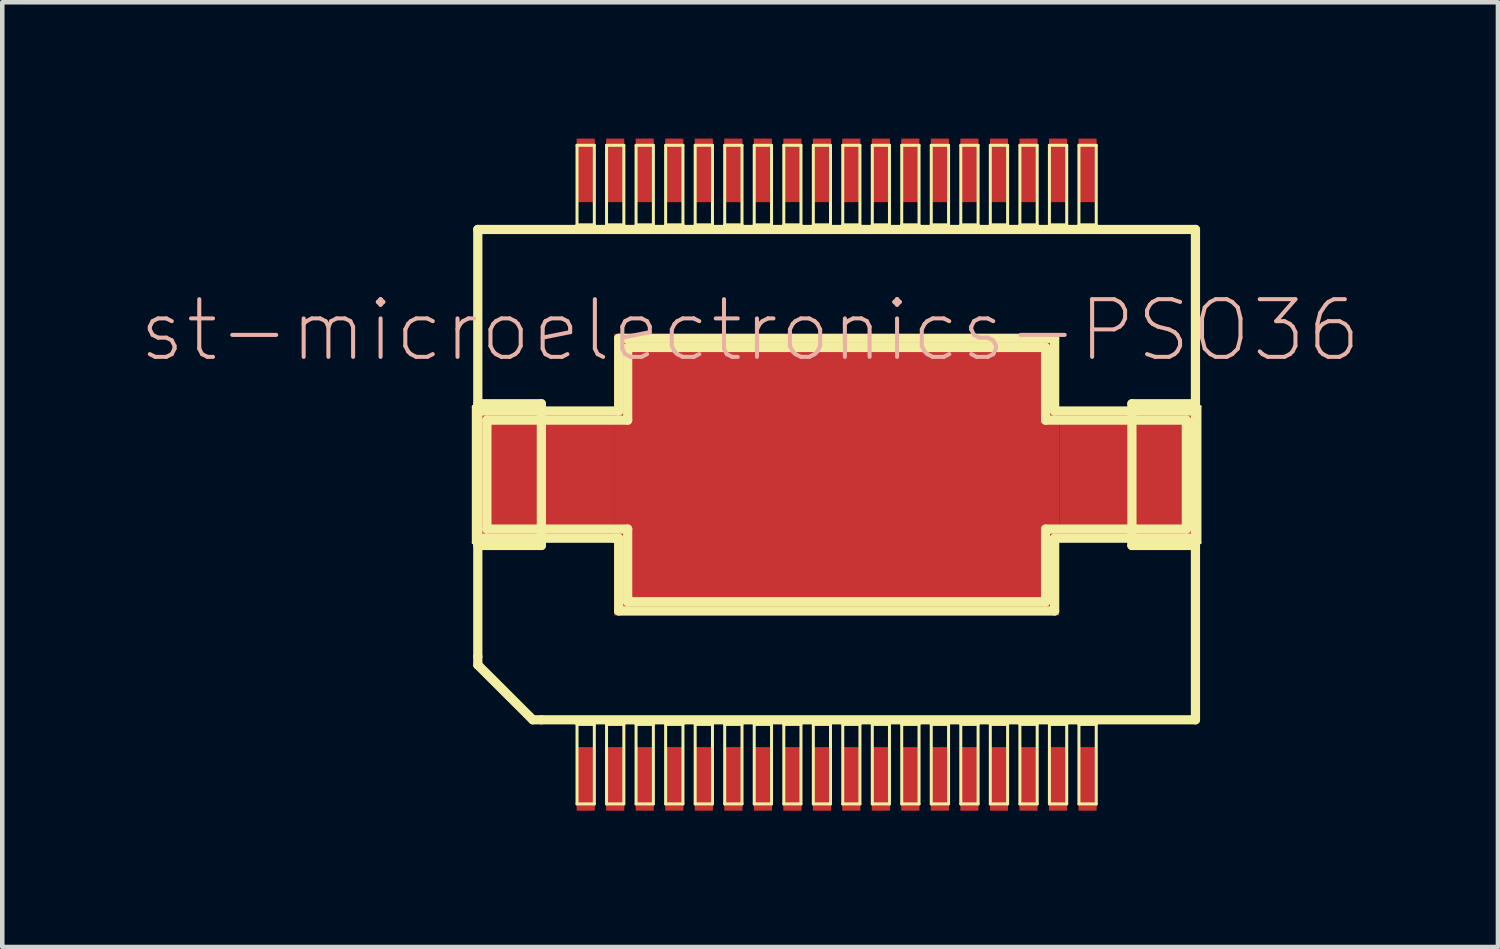
<source format=kicad_pcb>
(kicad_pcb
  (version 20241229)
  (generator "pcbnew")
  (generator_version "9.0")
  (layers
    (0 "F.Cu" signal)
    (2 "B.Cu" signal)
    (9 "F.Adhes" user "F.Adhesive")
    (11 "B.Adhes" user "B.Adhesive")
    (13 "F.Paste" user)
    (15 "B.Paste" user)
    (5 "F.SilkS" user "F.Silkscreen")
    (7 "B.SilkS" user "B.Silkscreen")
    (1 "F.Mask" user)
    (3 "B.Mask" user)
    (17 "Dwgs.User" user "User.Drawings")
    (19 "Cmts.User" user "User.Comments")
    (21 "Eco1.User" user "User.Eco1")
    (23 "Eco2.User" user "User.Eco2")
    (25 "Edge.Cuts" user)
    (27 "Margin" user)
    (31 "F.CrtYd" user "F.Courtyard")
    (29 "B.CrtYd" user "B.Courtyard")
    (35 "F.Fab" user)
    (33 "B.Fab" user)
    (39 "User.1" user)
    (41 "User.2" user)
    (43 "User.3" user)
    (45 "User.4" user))
  (footprint "st-microelectronics-PSO36"
    (layer "F.Cu")
    (at 15.367 7.398)
    (property "Reference" "st-microelectronics-PSO36" (at -1.905 -3.175 0) (layer "B.SilkS") (effects (font (size 1.27 1.27) (thickness 0.089))))
    (attr smd)
    (fp_line (start -7.998 -1.499) (end -6.5 -1.499) (stroke (width 0.066) (type solid)) (layer "F.SilkS"))
    (fp_line (start -7.998 1.499) (end -7.998 -1.499) (stroke (width 0.066) (type solid)) (layer "F.SilkS"))
    (fp_line (start -7.998 1.499) (end -6.5 1.499) (stroke (width 0.066) (type solid)) (layer "F.SilkS"))
    (fp_line (start -7.899 -5.397) (end 7.899 -5.397) (stroke (width 0.203) (type solid)) (layer "F.SilkS"))
    (fp_line (start -7.899 -1.56) (end -7.899 -5.397) (stroke (width 0.203) (type solid)) (layer "F.SilkS"))
    (fp_line (start -7.899 -1.4) (end -4.798 -1.4) (stroke (width 0.203) (type solid)) (layer "F.SilkS"))
    (fp_line (start -7.899 1.4) (end -7.899 -1.4) (stroke (width 0.203) (type solid)) (layer "F.SilkS"))
    (fp_line (start -7.899 1.56) (end -6.5 1.56) (stroke (width 0.203) (type solid)) (layer "F.SilkS"))
    (fp_line (start -7.899 4.008) (end -7.899 1.56) (stroke (width 0.203) (type solid)) (layer "F.SilkS"))
    (fp_line (start -7.899 4.188) (end -7.899 4.008) (stroke (width 0.203) (type solid)) (layer "F.SilkS"))
    (fp_line (start -7.699 -1.199) (end -4.6 -1.199) (stroke (width 0.203) (type solid)) (layer "F.SilkS"))
    (fp_line (start -7.699 1.199) (end -7.699 -1.199) (stroke (width 0.203) (type solid)) (layer "F.SilkS"))
    (fp_line (start -6.688 5.397) (end -7.899 4.188) (stroke (width 0.203) (type solid)) (layer "F.SilkS"))
    (fp_line (start -6.5 -1.56) (end -7.899 -1.56) (stroke (width 0.203) (type solid)) (layer "F.SilkS"))
    (fp_line (start -6.5 1.499) (end -6.5 -1.499) (stroke (width 0.066) (type solid)) (layer "F.SilkS"))
    (fp_line (start -6.5 1.56) (end -6.5 -1.56) (stroke (width 0.203) (type solid)) (layer "F.SilkS"))
    (fp_line (start -6.5 5.397) (end -6.688 5.397) (stroke (width 0.203) (type solid)) (layer "F.SilkS"))
    (fp_line (start -5.715 -7.249) (end -5.334 -7.249) (stroke (width 0.066) (type solid)) (layer "F.SilkS"))
    (fp_line (start -5.715 -5.499) (end -5.715 -7.249) (stroke (width 0.066) (type solid)) (layer "F.SilkS"))
    (fp_line (start -5.715 -5.499) (end -5.334 -5.499) (stroke (width 0.066) (type solid)) (layer "F.SilkS"))
    (fp_line (start -5.715 5.499) (end -5.334 5.499) (stroke (width 0.066) (type solid)) (layer "F.SilkS"))
    (fp_line (start -5.715 7.249) (end -5.715 5.499) (stroke (width 0.066) (type solid)) (layer "F.SilkS"))
    (fp_line (start -5.715 7.249) (end -5.334 7.249) (stroke (width 0.066) (type solid)) (layer "F.SilkS"))
    (fp_line (start -5.334 -5.499) (end -5.334 -7.249) (stroke (width 0.066) (type solid)) (layer "F.SilkS"))
    (fp_line (start -5.334 7.249) (end -5.334 5.499) (stroke (width 0.066) (type solid)) (layer "F.SilkS"))
    (fp_line (start -5.065 -7.249) (end -4.684 -7.249) (stroke (width 0.066) (type solid)) (layer "F.SilkS"))
    (fp_line (start -5.065 -5.499) (end -5.065 -7.249) (stroke (width 0.066) (type solid)) (layer "F.SilkS"))
    (fp_line (start -5.065 -5.499) (end -4.684 -5.499) (stroke (width 0.066) (type solid)) (layer "F.SilkS"))
    (fp_line (start -5.065 5.499) (end -4.684 5.499) (stroke (width 0.066) (type solid)) (layer "F.SilkS"))
    (fp_line (start -5.065 7.249) (end -5.065 5.499) (stroke (width 0.066) (type solid)) (layer "F.SilkS"))
    (fp_line (start -5.065 7.249) (end -4.684 7.249) (stroke (width 0.066) (type solid)) (layer "F.SilkS"))
    (fp_line (start -4.9 1.4) (end -7.899 1.4) (stroke (width 0.203) (type solid)) (layer "F.SilkS"))
    (fp_line (start -4.798 -3) (end 4.798 -3) (stroke (width 0.203) (type solid)) (layer "F.SilkS"))
    (fp_line (start -4.798 -1.4) (end -4.798 -3) (stroke (width 0.203) (type solid)) (layer "F.SilkS"))
    (fp_line (start -4.798 1.4) (end -4.9 1.4) (stroke (width 0.203) (type solid)) (layer "F.SilkS"))
    (fp_line (start -4.798 3) (end -4.798 1.4) (stroke (width 0.203) (type solid)) (layer "F.SilkS"))
    (fp_line (start -4.684 -5.499) (end -4.684 -7.249) (stroke (width 0.066) (type solid)) (layer "F.SilkS"))
    (fp_line (start -4.684 7.249) (end -4.684 5.499) (stroke (width 0.066) (type solid)) (layer "F.SilkS"))
    (fp_line (start -4.6 -2.799) (end 4.6 -2.799) (stroke (width 0.203) (type solid)) (layer "F.SilkS"))
    (fp_line (start -4.6 -1.199) (end -4.6 -2.799) (stroke (width 0.203) (type solid)) (layer "F.SilkS"))
    (fp_line (start -4.6 1.199) (end -7.699 1.199) (stroke (width 0.203) (type solid)) (layer "F.SilkS"))
    (fp_line (start -4.6 2.799) (end -4.6 1.199) (stroke (width 0.203) (type solid)) (layer "F.SilkS"))
    (fp_line (start -4.415 -7.249) (end -4.034 -7.249) (stroke (width 0.066) (type solid)) (layer "F.SilkS"))
    (fp_line (start -4.415 -5.499) (end -4.415 -7.249) (stroke (width 0.066) (type solid)) (layer "F.SilkS"))
    (fp_line (start -4.415 -5.499) (end -4.034 -5.499) (stroke (width 0.066) (type solid)) (layer "F.SilkS"))
    (fp_line (start -4.415 5.499) (end -4.034 5.499) (stroke (width 0.066) (type solid)) (layer "F.SilkS"))
    (fp_line (start -4.415 7.249) (end -4.415 5.499) (stroke (width 0.066) (type solid)) (layer "F.SilkS"))
    (fp_line (start -4.415 7.249) (end -4.034 7.249) (stroke (width 0.066) (type solid)) (layer "F.SilkS"))
    (fp_line (start -4.034 -5.499) (end -4.034 -7.249) (stroke (width 0.066) (type solid)) (layer "F.SilkS"))
    (fp_line (start -4.034 7.249) (end -4.034 5.499) (stroke (width 0.066) (type solid)) (layer "F.SilkS"))
    (fp_line (start -3.764 -7.249) (end -3.383 -7.249) (stroke (width 0.066) (type solid)) (layer "F.SilkS"))
    (fp_line (start -3.764 -5.499) (end -3.764 -7.249) (stroke (width 0.066) (type solid)) (layer "F.SilkS"))
    (fp_line (start -3.764 -5.499) (end -3.383 -5.499) (stroke (width 0.066) (type solid)) (layer "F.SilkS"))
    (fp_line (start -3.764 5.499) (end -3.383 5.499) (stroke (width 0.066) (type solid)) (layer "F.SilkS"))
    (fp_line (start -3.764 7.249) (end -3.764 5.499) (stroke (width 0.066) (type solid)) (layer "F.SilkS"))
    (fp_line (start -3.764 7.249) (end -3.383 7.249) (stroke (width 0.066) (type solid)) (layer "F.SilkS"))
    (fp_line (start -3.383 -5.499) (end -3.383 -7.249) (stroke (width 0.066) (type solid)) (layer "F.SilkS"))
    (fp_line (start -3.383 7.249) (end -3.383 5.499) (stroke (width 0.066) (type solid)) (layer "F.SilkS"))
    (fp_line (start -3.114 -7.249) (end -2.733 -7.249) (stroke (width 0.066) (type solid)) (layer "F.SilkS"))
    (fp_line (start -3.114 -5.499) (end -3.114 -7.249) (stroke (width 0.066) (type solid)) (layer "F.SilkS"))
    (fp_line (start -3.114 -5.499) (end -2.733 -5.499) (stroke (width 0.066) (type solid)) (layer "F.SilkS"))
    (fp_line (start -3.114 5.499) (end -2.733 5.499) (stroke (width 0.066) (type solid)) (layer "F.SilkS"))
    (fp_line (start -3.114 7.249) (end -3.114 5.499) (stroke (width 0.066) (type solid)) (layer "F.SilkS"))
    (fp_line (start -3.114 7.249) (end -2.733 7.249) (stroke (width 0.066) (type solid)) (layer "F.SilkS"))
    (fp_line (start -2.733 -5.499) (end -2.733 -7.249) (stroke (width 0.066) (type solid)) (layer "F.SilkS"))
    (fp_line (start -2.733 7.249) (end -2.733 5.499) (stroke (width 0.066) (type solid)) (layer "F.SilkS"))
    (fp_line (start -2.464 -7.249) (end -2.083 -7.249) (stroke (width 0.066) (type solid)) (layer "F.SilkS"))
    (fp_line (start -2.464 -5.499) (end -2.464 -7.249) (stroke (width 0.066) (type solid)) (layer "F.SilkS"))
    (fp_line (start -2.464 -5.499) (end -2.083 -5.499) (stroke (width 0.066) (type solid)) (layer "F.SilkS"))
    (fp_line (start -2.464 5.499) (end -2.083 5.499) (stroke (width 0.066) (type solid)) (layer "F.SilkS"))
    (fp_line (start -2.464 7.249) (end -2.464 5.499) (stroke (width 0.066) (type solid)) (layer "F.SilkS"))
    (fp_line (start -2.464 7.249) (end -2.083 7.249) (stroke (width 0.066) (type solid)) (layer "F.SilkS"))
    (fp_line (start -2.083 -5.499) (end -2.083 -7.249) (stroke (width 0.066) (type solid)) (layer "F.SilkS"))
    (fp_line (start -2.083 7.249) (end -2.083 5.499) (stroke (width 0.066) (type solid)) (layer "F.SilkS"))
    (fp_line (start -1.814 -7.249) (end -1.433 -7.249) (stroke (width 0.066) (type solid)) (layer "F.SilkS"))
    (fp_line (start -1.814 -5.499) (end -1.814 -7.249) (stroke (width 0.066) (type solid)) (layer "F.SilkS"))
    (fp_line (start -1.814 -5.499) (end -1.433 -5.499) (stroke (width 0.066) (type solid)) (layer "F.SilkS"))
    (fp_line (start -1.814 5.499) (end -1.433 5.499) (stroke (width 0.066) (type solid)) (layer "F.SilkS"))
    (fp_line (start -1.814 7.249) (end -1.814 5.499) (stroke (width 0.066) (type solid)) (layer "F.SilkS"))
    (fp_line (start -1.814 7.249) (end -1.433 7.249) (stroke (width 0.066) (type solid)) (layer "F.SilkS"))
    (fp_line (start -1.433 -5.499) (end -1.433 -7.249) (stroke (width 0.066) (type solid)) (layer "F.SilkS"))
    (fp_line (start -1.433 7.249) (end -1.433 5.499) (stroke (width 0.066) (type solid)) (layer "F.SilkS"))
    (fp_line (start -1.163 -7.249) (end -0.785 -7.249) (stroke (width 0.066) (type solid)) (layer "F.SilkS"))
    (fp_line (start -1.163 -5.499) (end -1.163 -7.249) (stroke (width 0.066) (type solid)) (layer "F.SilkS"))
    (fp_line (start -1.163 -5.499) (end -0.785 -5.499) (stroke (width 0.066) (type solid)) (layer "F.SilkS"))
    (fp_line (start -1.163 5.499) (end -0.785 5.499) (stroke (width 0.066) (type solid)) (layer "F.SilkS"))
    (fp_line (start -1.163 7.249) (end -1.163 5.499) (stroke (width 0.066) (type solid)) (layer "F.SilkS"))
    (fp_line (start -1.163 7.249) (end -0.785 7.249) (stroke (width 0.066) (type solid)) (layer "F.SilkS"))
    (fp_line (start -0.785 -5.499) (end -0.785 -7.249) (stroke (width 0.066) (type solid)) (layer "F.SilkS"))
    (fp_line (start -0.785 7.249) (end -0.785 5.499) (stroke (width 0.066) (type solid)) (layer "F.SilkS"))
    (fp_line (start -0.513 -7.249) (end -0.135 -7.249) (stroke (width 0.066) (type solid)) (layer "F.SilkS"))
    (fp_line (start -0.513 -5.499) (end -0.513 -7.249) (stroke (width 0.066) (type solid)) (layer "F.SilkS"))
    (fp_line (start -0.513 -5.499) (end -0.135 -5.499) (stroke (width 0.066) (type solid)) (layer "F.SilkS"))
    (fp_line (start -0.513 5.499) (end -0.135 5.499) (stroke (width 0.066) (type solid)) (layer "F.SilkS"))
    (fp_line (start -0.513 7.249) (end -0.513 5.499) (stroke (width 0.066) (type solid)) (layer "F.SilkS"))
    (fp_line (start -0.513 7.249) (end -0.135 7.249) (stroke (width 0.066) (type solid)) (layer "F.SilkS"))
    (fp_line (start -0.135 -5.499) (end -0.135 -7.249) (stroke (width 0.066) (type solid)) (layer "F.SilkS"))
    (fp_line (start -0.135 7.249) (end -0.135 5.499) (stroke (width 0.066) (type solid)) (layer "F.SilkS"))
    (fp_line (start 0.135 -7.249) (end 0.513 -7.249) (stroke (width 0.066) (type solid)) (layer "F.SilkS"))
    (fp_line (start 0.135 -5.499) (end 0.135 -7.249) (stroke (width 0.066) (type solid)) (layer "F.SilkS"))
    (fp_line (start 0.135 -5.499) (end 0.513 -5.499) (stroke (width 0.066) (type solid)) (layer "F.SilkS"))
    (fp_line (start 0.135 5.499) (end 0.513 5.499) (stroke (width 0.066) (type solid)) (layer "F.SilkS"))
    (fp_line (start 0.135 7.249) (end 0.135 5.499) (stroke (width 0.066) (type solid)) (layer "F.SilkS"))
    (fp_line (start 0.135 7.249) (end 0.513 7.249) (stroke (width 0.066) (type solid)) (layer "F.SilkS"))
    (fp_line (start 0.513 -5.499) (end 0.513 -7.249) (stroke (width 0.066) (type solid)) (layer "F.SilkS"))
    (fp_line (start 0.513 7.249) (end 0.513 5.499) (stroke (width 0.066) (type solid)) (layer "F.SilkS"))
    (fp_line (start 0.785 -7.249) (end 1.163 -7.249) (stroke (width 0.066) (type solid)) (layer "F.SilkS"))
    (fp_line (start 0.785 -5.499) (end 0.785 -7.249) (stroke (width 0.066) (type solid)) (layer "F.SilkS"))
    (fp_line (start 0.785 -5.499) (end 1.163 -5.499) (stroke (width 0.066) (type solid)) (layer "F.SilkS"))
    (fp_line (start 0.785 5.499) (end 1.163 5.499) (stroke (width 0.066) (type solid)) (layer "F.SilkS"))
    (fp_line (start 0.785 7.249) (end 0.785 5.499) (stroke (width 0.066) (type solid)) (layer "F.SilkS"))
    (fp_line (start 0.785 7.249) (end 1.163 7.249) (stroke (width 0.066) (type solid)) (layer "F.SilkS"))
    (fp_line (start 1.163 -5.499) (end 1.163 -7.249) (stroke (width 0.066) (type solid)) (layer "F.SilkS"))
    (fp_line (start 1.163 7.249) (end 1.163 5.499) (stroke (width 0.066) (type solid)) (layer "F.SilkS"))
    (fp_line (start 1.433 -7.249) (end 1.814 -7.249) (stroke (width 0.066) (type solid)) (layer "F.SilkS"))
    (fp_line (start 1.433 -5.499) (end 1.433 -7.249) (stroke (width 0.066) (type solid)) (layer "F.SilkS"))
    (fp_line (start 1.433 -5.499) (end 1.814 -5.499) (stroke (width 0.066) (type solid)) (layer "F.SilkS"))
    (fp_line (start 1.433 5.499) (end 1.814 5.499) (stroke (width 0.066) (type solid)) (layer "F.SilkS"))
    (fp_line (start 1.433 7.249) (end 1.433 5.499) (stroke (width 0.066) (type solid)) (layer "F.SilkS"))
    (fp_line (start 1.433 7.249) (end 1.814 7.249) (stroke (width 0.066) (type solid)) (layer "F.SilkS"))
    (fp_line (start 1.814 -5.499) (end 1.814 -7.249) (stroke (width 0.066) (type solid)) (layer "F.SilkS"))
    (fp_line (start 1.814 7.249) (end 1.814 5.499) (stroke (width 0.066) (type solid)) (layer "F.SilkS"))
    (fp_line (start 2.083 -7.249) (end 2.464 -7.249) (stroke (width 0.066) (type solid)) (layer "F.SilkS"))
    (fp_line (start 2.083 -5.499) (end 2.083 -7.249) (stroke (width 0.066) (type solid)) (layer "F.SilkS"))
    (fp_line (start 2.083 -5.499) (end 2.464 -5.499) (stroke (width 0.066) (type solid)) (layer "F.SilkS"))
    (fp_line (start 2.083 5.499) (end 2.464 5.499) (stroke (width 0.066) (type solid)) (layer "F.SilkS"))
    (fp_line (start 2.083 7.249) (end 2.083 5.499) (stroke (width 0.066) (type solid)) (layer "F.SilkS"))
    (fp_line (start 2.083 7.249) (end 2.464 7.249) (stroke (width 0.066) (type solid)) (layer "F.SilkS"))
    (fp_line (start 2.464 -5.499) (end 2.464 -7.249) (stroke (width 0.066) (type solid)) (layer "F.SilkS"))
    (fp_line (start 2.464 7.249) (end 2.464 5.499) (stroke (width 0.066) (type solid)) (layer "F.SilkS"))
    (fp_line (start 2.733 -7.249) (end 3.114 -7.249) (stroke (width 0.066) (type solid)) (layer "F.SilkS"))
    (fp_line (start 2.733 -5.499) (end 2.733 -7.249) (stroke (width 0.066) (type solid)) (layer "F.SilkS"))
    (fp_line (start 2.733 -5.499) (end 3.114 -5.499) (stroke (width 0.066) (type solid)) (layer "F.SilkS"))
    (fp_line (start 2.733 5.499) (end 3.114 5.499) (stroke (width 0.066) (type solid)) (layer "F.SilkS"))
    (fp_line (start 2.733 7.249) (end 2.733 5.499) (stroke (width 0.066) (type solid)) (layer "F.SilkS"))
    (fp_line (start 2.733 7.249) (end 3.114 7.249) (stroke (width 0.066) (type solid)) (layer "F.SilkS"))
    (fp_line (start 3.114 -5.499) (end 3.114 -7.249) (stroke (width 0.066) (type solid)) (layer "F.SilkS"))
    (fp_line (start 3.114 7.249) (end 3.114 5.499) (stroke (width 0.066) (type solid)) (layer "F.SilkS"))
    (fp_line (start 3.383 -7.249) (end 3.764 -7.249) (stroke (width 0.066) (type solid)) (layer "F.SilkS"))
    (fp_line (start 3.383 -5.499) (end 3.383 -7.249) (stroke (width 0.066) (type solid)) (layer "F.SilkS"))
    (fp_line (start 3.383 -5.499) (end 3.764 -5.499) (stroke (width 0.066) (type solid)) (layer "F.SilkS"))
    (fp_line (start 3.383 5.499) (end 3.764 5.499) (stroke (width 0.066) (type solid)) (layer "F.SilkS"))
    (fp_line (start 3.383 7.249) (end 3.383 5.499) (stroke (width 0.066) (type solid)) (layer "F.SilkS"))
    (fp_line (start 3.383 7.249) (end 3.764 7.249) (stroke (width 0.066) (type solid)) (layer "F.SilkS"))
    (fp_line (start 3.764 -5.499) (end 3.764 -7.249) (stroke (width 0.066) (type solid)) (layer "F.SilkS"))
    (fp_line (start 3.764 7.249) (end 3.764 5.499) (stroke (width 0.066) (type solid)) (layer "F.SilkS"))
    (fp_line (start 4.034 -7.249) (end 4.415 -7.249) (stroke (width 0.066) (type solid)) (layer "F.SilkS"))
    (fp_line (start 4.034 -5.499) (end 4.034 -7.249) (stroke (width 0.066) (type solid)) (layer "F.SilkS"))
    (fp_line (start 4.034 -5.499) (end 4.415 -5.499) (stroke (width 0.066) (type solid)) (layer "F.SilkS"))
    (fp_line (start 4.034 5.499) (end 4.415 5.499) (stroke (width 0.066) (type solid)) (layer "F.SilkS"))
    (fp_line (start 4.034 7.249) (end 4.034 5.499) (stroke (width 0.066) (type solid)) (layer "F.SilkS"))
    (fp_line (start 4.034 7.249) (end 4.415 7.249) (stroke (width 0.066) (type solid)) (layer "F.SilkS"))
    (fp_line (start 4.415 -5.499) (end 4.415 -7.249) (stroke (width 0.066) (type solid)) (layer "F.SilkS"))
    (fp_line (start 4.415 7.249) (end 4.415 5.499) (stroke (width 0.066) (type solid)) (layer "F.SilkS"))
    (fp_line (start 4.6 -2.799) (end 4.6 -1.199) (stroke (width 0.203) (type solid)) (layer "F.SilkS"))
    (fp_line (start 4.6 -1.199) (end 7.699 -1.199) (stroke (width 0.203) (type solid)) (layer "F.SilkS"))
    (fp_line (start 4.6 1.199) (end 4.6 2.799) (stroke (width 0.203) (type solid)) (layer "F.SilkS"))
    (fp_line (start 4.6 2.799) (end -4.6 2.799) (stroke (width 0.203) (type solid)) (layer "F.SilkS"))
    (fp_line (start 4.684 -7.249) (end 5.065 -7.249) (stroke (width 0.066) (type solid)) (layer "F.SilkS"))
    (fp_line (start 4.684 -5.499) (end 4.684 -7.249) (stroke (width 0.066) (type solid)) (layer "F.SilkS"))
    (fp_line (start 4.684 -5.499) (end 5.065 -5.499) (stroke (width 0.066) (type solid)) (layer "F.SilkS"))
    (fp_line (start 4.684 5.499) (end 5.065 5.499) (stroke (width 0.066) (type solid)) (layer "F.SilkS"))
    (fp_line (start 4.684 7.249) (end 4.684 5.499) (stroke (width 0.066) (type solid)) (layer "F.SilkS"))
    (fp_line (start 4.684 7.249) (end 5.065 7.249) (stroke (width 0.066) (type solid)) (layer "F.SilkS"))
    (fp_line (start 4.798 -3) (end 4.798 -1.4) (stroke (width 0.203) (type solid)) (layer "F.SilkS"))
    (fp_line (start 4.798 -1.4) (end 7.899 -1.4) (stroke (width 0.203) (type solid)) (layer "F.SilkS"))
    (fp_line (start 4.798 1.4) (end 4.798 3) (stroke (width 0.203) (type solid)) (layer "F.SilkS"))
    (fp_line (start 4.798 3) (end -4.798 3) (stroke (width 0.203) (type solid)) (layer "F.SilkS"))
    (fp_line (start 5.065 -5.499) (end 5.065 -7.249) (stroke (width 0.066) (type solid)) (layer "F.SilkS"))
    (fp_line (start 5.065 7.249) (end 5.065 5.499) (stroke (width 0.066) (type solid)) (layer "F.SilkS"))
    (fp_line (start 5.334 -7.249) (end 5.715 -7.249) (stroke (width 0.066) (type solid)) (layer "F.SilkS"))
    (fp_line (start 5.334 -5.499) (end 5.334 -7.249) (stroke (width 0.066) (type solid)) (layer "F.SilkS"))
    (fp_line (start 5.334 -5.499) (end 5.715 -5.499) (stroke (width 0.066) (type solid)) (layer "F.SilkS"))
    (fp_line (start 5.334 5.499) (end 5.715 5.499) (stroke (width 0.066) (type solid)) (layer "F.SilkS"))
    (fp_line (start 5.334 7.249) (end 5.334 5.499) (stroke (width 0.066) (type solid)) (layer "F.SilkS"))
    (fp_line (start 5.334 7.249) (end 5.715 7.249) (stroke (width 0.066) (type solid)) (layer "F.SilkS"))
    (fp_line (start 5.715 -5.499) (end 5.715 -7.249) (stroke (width 0.066) (type solid)) (layer "F.SilkS"))
    (fp_line (start 5.715 7.249) (end 5.715 5.499) (stroke (width 0.066) (type solid)) (layer "F.SilkS"))
    (fp_line (start 6.5 -1.56) (end 6.5 1.56) (stroke (width 0.203) (type solid)) (layer "F.SilkS"))
    (fp_line (start 6.5 -1.499) (end 7.998 -1.499) (stroke (width 0.066) (type solid)) (layer "F.SilkS"))
    (fp_line (start 6.5 1.499) (end 6.5 -1.499) (stroke (width 0.066) (type solid)) (layer "F.SilkS"))
    (fp_line (start 6.5 1.499) (end 7.998 1.499) (stroke (width 0.066) (type solid)) (layer "F.SilkS"))
    (fp_line (start 6.5 1.56) (end 7.899 1.56) (stroke (width 0.203) (type solid)) (layer "F.SilkS"))
    (fp_line (start 7.699 -1.199) (end 7.699 1.199) (stroke (width 0.203) (type solid)) (layer "F.SilkS"))
    (fp_line (start 7.699 1.199) (end 4.6 1.199) (stroke (width 0.203) (type solid)) (layer "F.SilkS"))
    (fp_line (start 7.899 -5.397) (end 7.899 -1.56) (stroke (width 0.203) (type solid)) (layer "F.SilkS"))
    (fp_line (start 7.899 -1.56) (end 6.5 -1.56) (stroke (width 0.203) (type solid)) (layer "F.SilkS"))
    (fp_line (start 7.899 -1.4) (end 7.899 1.4) (stroke (width 0.203) (type solid)) (layer "F.SilkS"))
    (fp_line (start 7.899 1.4) (end 4.798 1.4) (stroke (width 0.203) (type solid)) (layer "F.SilkS"))
    (fp_line (start 7.899 1.56) (end 7.899 5.397) (stroke (width 0.203) (type solid)) (layer "F.SilkS"))
    (fp_line (start 7.899 5.397) (end -6.5 5.397) (stroke (width 0.203) (type solid)) (layer "F.SilkS"))
    (fp_line (start 7.998 1.499) (end 7.998 -1.499) (stroke (width 0.066) (type solid)) (layer "F.SilkS"))
    (pad "1" smd rect (at -5.524 6.698) (size 0.399 1.4) (layers "F.Cu" "F.Mask" "F.Paste"))
    (pad "2" smd rect (at -4.874 6.698) (size 0.399 1.4) (layers "F.Cu" "F.Mask" "F.Paste"))
    (pad "3" smd rect (at -4.224 6.698) (size 0.399 1.4) (layers "F.Cu" "F.Mask" "F.Paste"))
    (pad "4" smd rect (at -3.574 6.698) (size 0.399 1.4) (layers "F.Cu" "F.Mask" "F.Paste"))
    (pad "5" smd rect (at -2.924 6.698) (size 0.399 1.4) (layers "F.Cu" "F.Mask" "F.Paste"))
    (pad "6" smd rect (at -2.273 6.698) (size 0.399 1.4) (layers "F.Cu" "F.Mask" "F.Paste"))
    (pad "7" smd rect (at -1.623 6.698) (size 0.399 1.4) (layers "F.Cu" "F.Mask" "F.Paste"))
    (pad "8" smd rect (at -0.973 6.698) (size 0.399 1.4) (layers "F.Cu" "F.Mask" "F.Paste"))
    (pad "9" smd rect (at -0.323 6.698) (size 0.399 1.4) (layers "F.Cu" "F.Mask" "F.Paste"))
    (pad "10" smd rect (at 0.323 6.698) (size 0.399 1.4) (layers "F.Cu" "F.Mask" "F.Paste"))
    (pad "11" smd rect (at 0.973 6.698) (size 0.399 1.4) (layers "F.Cu" "F.Mask" "F.Paste"))
    (pad "12" smd rect (at 1.623 6.698) (size 0.399 1.4) (layers "F.Cu" "F.Mask" "F.Paste"))
    (pad "13" smd rect (at 2.273 6.698) (size 0.399 1.4) (layers "F.Cu" "F.Mask" "F.Paste"))
    (pad "14" smd rect (at 2.924 6.698) (size 0.399 1.4) (layers "F.Cu" "F.Mask" "F.Paste"))
    (pad "15" smd rect (at 3.574 6.698) (size 0.399 1.4) (layers "F.Cu" "F.Mask" "F.Paste"))
    (pad "16" smd rect (at 4.224 6.698) (size 0.399 1.4) (layers "F.Cu" "F.Mask" "F.Paste"))
    (pad "17" smd rect (at 4.874 6.698) (size 0.399 1.4) (layers "F.Cu" "F.Mask" "F.Paste"))
    (pad "18" smd rect (at 5.524 6.698) (size 0.399 1.4) (layers "F.Cu" "F.Mask" "F.Paste"))
    (pad "19" smd rect (at 5.524 -6.698) (size 0.399 1.4) (layers "F.Cu" "F.Mask" "F.Paste"))
    (pad "20" smd rect (at 4.874 -6.698) (size 0.399 1.4) (layers "F.Cu" "F.Mask" "F.Paste"))
    (pad "21" smd rect (at 4.224 -6.698) (size 0.399 1.4) (layers "F.Cu" "F.Mask" "F.Paste"))
    (pad "22" smd rect (at 3.574 -6.698) (size 0.399 1.4) (layers "F.Cu" "F.Mask" "F.Paste"))
    (pad "23" smd rect (at 2.924 -6.698) (size 0.399 1.4) (layers "F.Cu" "F.Mask" "F.Paste"))
    (pad "24" smd rect (at 2.273 -6.698) (size 0.399 1.4) (layers "F.Cu" "F.Mask" "F.Paste"))
    (pad "25" smd rect (at 1.623 -6.698) (size 0.399 1.4) (layers "F.Cu" "F.Mask" "F.Paste"))
    (pad "26" smd rect (at 0.973 -6.698) (size 0.399 1.4) (layers "F.Cu" "F.Mask" "F.Paste"))
    (pad "27" smd rect (at 0.323 -6.698) (size 0.399 1.4) (layers "F.Cu" "F.Mask" "F.Paste"))
    (pad "28" smd rect (at -0.323 -6.698) (size 0.399 1.4) (layers "F.Cu" "F.Mask" "F.Paste"))
    (pad "29" smd rect (at -0.973 -6.698) (size 0.399 1.4) (layers "F.Cu" "F.Mask" "F.Paste"))
    (pad "30" smd rect (at -1.623 -6.698) (size 0.399 1.4) (layers "F.Cu" "F.Mask" "F.Paste"))
    (pad "31" smd rect (at -2.273 -6.698) (size 0.399 1.4) (layers "F.Cu" "F.Mask" "F.Paste"))
    (pad "32" smd rect (at -2.924 -6.698) (size 0.399 1.4) (layers "F.Cu" "F.Mask" "F.Paste"))
    (pad "33" smd rect (at -3.574 -6.698) (size 0.399 1.4) (layers "F.Cu" "F.Mask" "F.Paste"))
    (pad "34" smd rect (at -4.224 -6.698) (size 0.399 1.4) (layers "F.Cu" "F.Mask" "F.Paste"))
    (pad "35" smd rect (at -4.874 -6.698) (size 0.399 1.4) (layers "F.Cu" "F.Mask" "F.Paste"))
    (pad "36" smd rect (at -5.524 -6.698) (size 0.399 1.4) (layers "F.Cu" "F.Mask" "F.Paste"))
    (pad "M@1" smd rect (at 0 0) (size 9.799 6.198) (layers "F.Cu" "F.Mask" "F.Paste"))
    (pad "M@2" smd rect (at -6.449 0) (size 3.099 2.898) (layers "F.Cu" "F.Mask" "F.Paste"))
    (pad "M@3" smd rect (at 6.449 0) (size 3.099 2.898) (layers "F.Cu" "F.Mask" "F.Paste")))
  (gr_rect
    (start -3 -3)
    (end 29.925 17.796)
    (stroke (width 0.1) (type default))
    (fill no)
    (layer "Edge.Cuts")))
</source>
